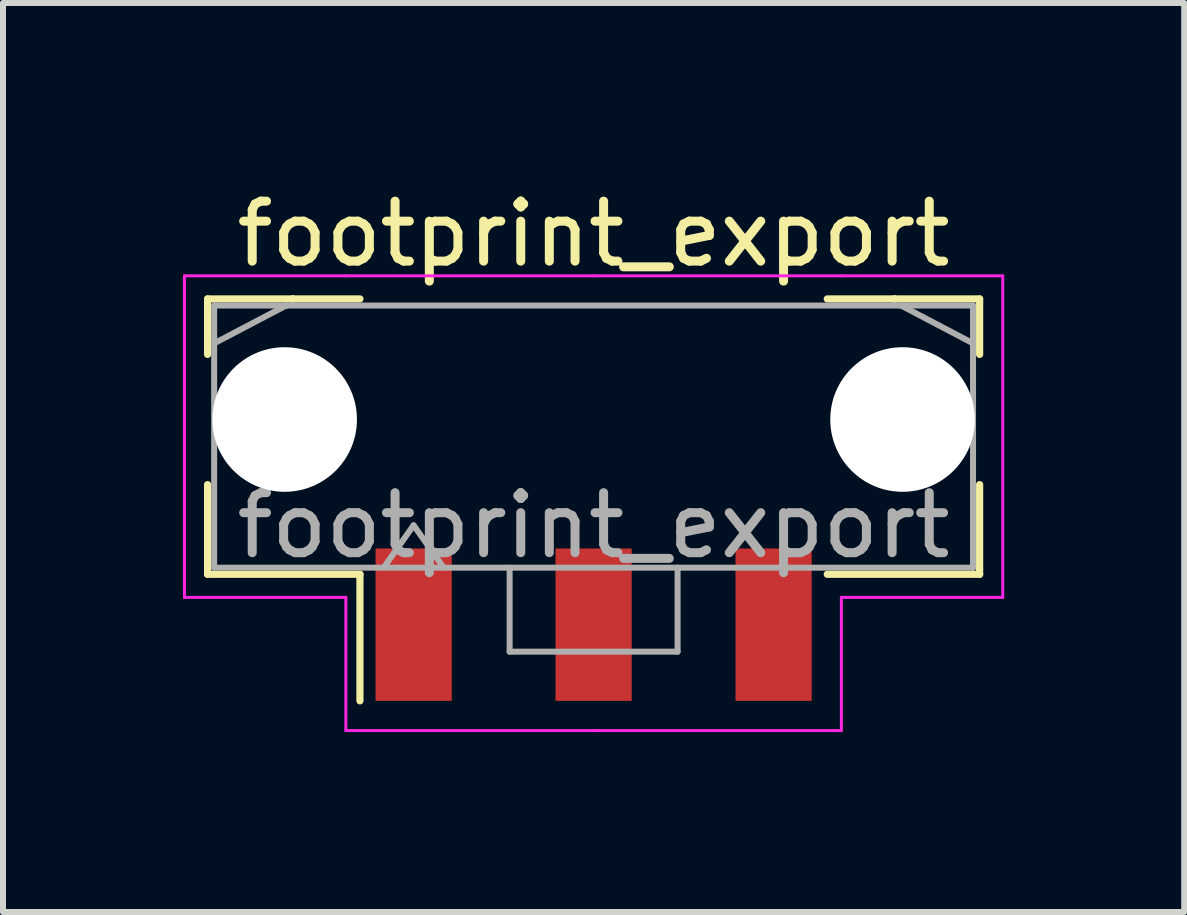
<source format=kicad_pcb>
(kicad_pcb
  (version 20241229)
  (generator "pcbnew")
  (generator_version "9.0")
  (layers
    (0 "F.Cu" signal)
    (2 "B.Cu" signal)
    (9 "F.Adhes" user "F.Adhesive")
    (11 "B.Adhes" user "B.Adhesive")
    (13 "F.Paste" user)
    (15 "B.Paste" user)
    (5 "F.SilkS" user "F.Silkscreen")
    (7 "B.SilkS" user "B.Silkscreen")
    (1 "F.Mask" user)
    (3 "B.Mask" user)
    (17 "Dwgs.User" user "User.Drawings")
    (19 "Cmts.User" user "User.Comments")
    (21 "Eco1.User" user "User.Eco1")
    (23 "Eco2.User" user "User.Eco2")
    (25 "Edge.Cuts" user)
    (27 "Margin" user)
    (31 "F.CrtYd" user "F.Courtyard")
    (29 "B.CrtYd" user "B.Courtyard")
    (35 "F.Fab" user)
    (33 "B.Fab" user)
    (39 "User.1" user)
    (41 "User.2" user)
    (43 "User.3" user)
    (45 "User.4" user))
  (footprint "footprint_export"
    (layer "F.Cu")
    (at 6.845 4.228)
    (property "Reference" "footprint_export" (at 0 -3.38 0) (layer "F.SilkS") (effects (font (size 1 1) (thickness 0.15))))
    (attr smd)
    (fp_line (start -6.435 -2.295) (end -5.015 -2.295) (stroke (width 0.12) (type solid)) (layer "F.SilkS"))
    (fp_line (start -6.435 -1.37) (end -6.435 -2.295) (stroke (width 0.12) (type solid)) (layer "F.SilkS"))
    (fp_line (start -6.435 0.8) (end -6.435 2.295) (stroke (width 0.12) (type solid)) (layer "F.SilkS"))
    (fp_line (start -6.435 2.295) (end -3.895 2.295) (stroke (width 0.12) (type solid)) (layer "F.SilkS"))
    (fp_line (start -5.015 -2.295) (end -5.015 -2.295) (stroke (width 0.12) (type solid)) (layer "F.SilkS"))
    (fp_line (start -5.015 -2.295) (end -3.895 -2.295) (stroke (width 0.12) (type solid)) (layer "F.SilkS"))
    (fp_line (start -3.895 2.295) (end -3.895 4.405) (stroke (width 0.12) (type solid)) (layer "F.SilkS"))
    (fp_line (start 5.015 -2.295) (end 3.895 -2.295) (stroke (width 0.12) (type solid)) (layer "F.SilkS"))
    (fp_line (start 5.015 -2.295) (end 5.015 -2.295) (stroke (width 0.12) (type solid)) (layer "F.SilkS"))
    (fp_line (start 6.435 -2.295) (end 5.015 -2.295) (stroke (width 0.12) (type solid)) (layer "F.SilkS"))
    (fp_line (start 6.435 -1.37) (end 6.435 -2.295) (stroke (width 0.12) (type solid)) (layer "F.SilkS"))
    (fp_line (start 6.435 0.8) (end 6.435 2.295) (stroke (width 0.12) (type solid)) (layer "F.SilkS"))
    (fp_line (start 6.435 2.295) (end 3.895 2.295) (stroke (width 0.12) (type solid)) (layer "F.SilkS"))
    (fp_line (start -6.82 -2.68) (end -6.82 2.68) (stroke (width 0.05) (type solid)) (layer "F.CrtYd"))
    (fp_line (start -6.82 2.68) (end -4.13 2.68) (stroke (width 0.05) (type solid)) (layer "F.CrtYd"))
    (fp_line (start -4.13 -2.68) (end -6.82 -2.68) (stroke (width 0.05) (type solid)) (layer "F.CrtYd"))
    (fp_line (start -4.13 2.68) (end -4.13 4.9) (stroke (width 0.05) (type solid)) (layer "F.CrtYd"))
    (fp_line (start -4.13 4.9) (end 0 4.9) (stroke (width 0.05) (type solid)) (layer "F.CrtYd"))
    (fp_line (start 0 -2.68) (end -4.13 -2.68) (stroke (width 0.05) (type solid)) (layer "F.CrtYd"))
    (fp_line (start 0 -2.68) (end 4.13 -2.68) (stroke (width 0.05) (type solid)) (layer "F.CrtYd"))
    (fp_line (start 4.13 -2.68) (end 6.82 -2.68) (stroke (width 0.05) (type solid)) (layer "F.CrtYd"))
    (fp_line (start 4.13 2.68) (end 4.13 4.9) (stroke (width 0.05) (type solid)) (layer "F.CrtYd"))
    (fp_line (start 4.13 4.9) (end 0 4.9) (stroke (width 0.05) (type solid)) (layer "F.CrtYd"))
    (fp_line (start 6.82 -2.68) (end 6.82 2.68) (stroke (width 0.05) (type solid)) (layer "F.CrtYd"))
    (fp_line (start 6.82 2.68) (end 4.13 2.68) (stroke (width 0.05) (type solid)) (layer "F.CrtYd"))
    (fp_line (start -6.325 -2.185) (end -6.325 2.185) (stroke (width 0.1) (type solid)) (layer "F.Fab"))
    (fp_line (start -6.325 -1.555) (end -5.125 -2.185) (stroke (width 0.1) (type solid)) (layer "F.Fab"))
    (fp_line (start -6.325 2.185) (end 6.325 2.185) (stroke (width 0.1) (type solid)) (layer "F.Fab"))
    (fp_line (start -5.125 -2.185) (end -6.325 -2.185) (stroke (width 0.1) (type solid)) (layer "F.Fab"))
    (fp_line (start -5.125 -2.185) (end -5.125 -2.185) (stroke (width 0.1) (type solid)) (layer "F.Fab"))
    (fp_line (start -3.5 2.185) (end -3 1.478) (stroke (width 0.1) (type solid)) (layer "F.Fab"))
    (fp_line (start -3 1.478) (end -2.5 2.185) (stroke (width 0.1) (type solid)) (layer "F.Fab"))
    (fp_line (start -1.4 2.185) (end -1.4 3.585) (stroke (width 0.1) (type solid)) (layer "F.Fab"))
    (fp_line (start -1.4 3.585) (end 1.4 3.585) (stroke (width 0.1) (type solid)) (layer "F.Fab"))
    (fp_line (start 1.4 3.585) (end 1.4 2.185) (stroke (width 0.1) (type solid)) (layer "F.Fab"))
    (fp_line (start 5.125 -2.185) (end -5.125 -2.185) (stroke (width 0.1) (type solid)) (layer "F.Fab"))
    (fp_line (start 5.125 -2.185) (end 5.125 -2.185) (stroke (width 0.1) (type solid)) (layer "F.Fab"))
    (fp_line (start 6.325 -2.185) (end 5.125 -2.185) (stroke (width 0.1) (type solid)) (layer "F.Fab"))
    (fp_line (start 6.325 -1.555) (end 5.125 -2.185) (stroke (width 0.1) (type solid)) (layer "F.Fab"))
    (fp_line (start 6.325 2.185) (end 6.325 -2.185) (stroke (width 0.1) (type solid)) (layer "F.Fab"))
    (fp_text user "${REFERENCE}" (at 0 1.48 0) (layer "F.Fab") (effects (font (size 1 1) (thickness 0.15))))
    (pad "" np_thru_hole circle (at -5.15 -0.285) (size 2.41 2.41) (drill 2.41) (layers "*.Cu" "*.Mask"))
    (pad "" np_thru_hole circle (at 5.15 -0.285) (size 2.41 2.41) (drill 2.41) (layers "*.Cu" "*.Mask"))
    (pad "1" smd rect (at -3 3.135) (size 1.27 2.54) (layers "F.Cu" "F.Mask" "F.Paste"))
    (pad "2" smd rect (at 0 3.135) (size 1.27 2.54) (layers "F.Cu" "F.Mask" "F.Paste"))
    (pad "3" smd rect (at 3 3.135) (size 1.27 2.54) (layers "F.Cu" "F.Mask" "F.Paste")))
  (gr_rect
    (start -3 -3)
    (end 16.69 12.153)
    (stroke (width 0.1) (type default))
    (fill no)
    (layer "Edge.Cuts")))
</source>
